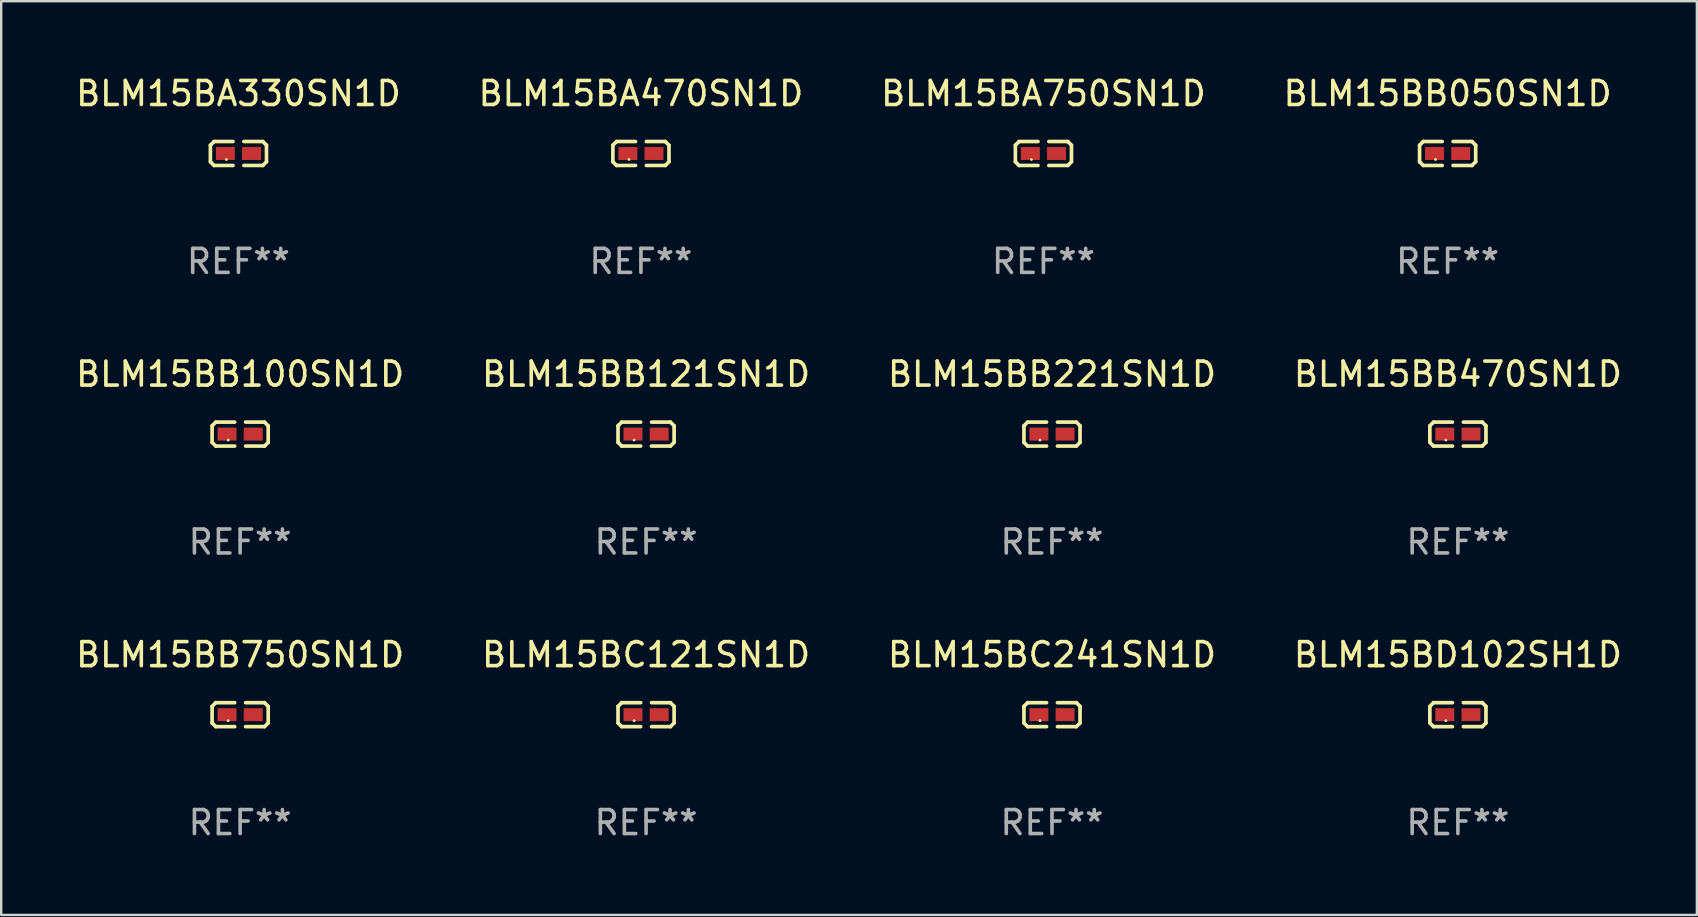
<source format=kicad_pcb>
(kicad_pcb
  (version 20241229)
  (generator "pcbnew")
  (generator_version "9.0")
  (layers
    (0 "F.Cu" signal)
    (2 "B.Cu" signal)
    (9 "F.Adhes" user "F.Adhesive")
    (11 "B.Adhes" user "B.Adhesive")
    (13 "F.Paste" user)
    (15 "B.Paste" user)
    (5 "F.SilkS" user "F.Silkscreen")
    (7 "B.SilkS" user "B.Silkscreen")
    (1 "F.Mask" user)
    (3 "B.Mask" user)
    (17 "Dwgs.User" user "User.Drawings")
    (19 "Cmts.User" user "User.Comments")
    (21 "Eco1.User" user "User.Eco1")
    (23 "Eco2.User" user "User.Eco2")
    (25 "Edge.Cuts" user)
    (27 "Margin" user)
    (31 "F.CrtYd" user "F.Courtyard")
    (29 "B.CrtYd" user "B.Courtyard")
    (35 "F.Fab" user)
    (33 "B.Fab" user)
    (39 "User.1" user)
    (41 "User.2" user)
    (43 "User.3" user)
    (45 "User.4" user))
  (footprint "BLM15BB050SN1D"
    (layer "F.Cu")
    (at 57.28 3.347)
    (property "Reference" "BLM15BB050SN1D" (at 0 -2.499 0) (layer "F.SilkS") (effects (font (size 1 1) (thickness 0.15))))
    (attr through_hole)
    (fp_line (start -1.169 -0.346) (end -1.016 -0.499) (stroke (width 0.152) (type solid)) (layer "F.SilkS"))
    (fp_line (start -1.169 0.346) (end -1.169 -0.346) (stroke (width 0.152) (type solid)) (layer "F.SilkS"))
    (fp_line (start -1.016 -0.499) (end -0.226 -0.499) (stroke (width 0.152) (type solid)) (layer "F.SilkS"))
    (fp_line (start -1.016 0.499) (end -1.169 0.346) (stroke (width 0.152) (type solid)) (layer "F.SilkS"))
    (fp_line (start -0.226 0.499) (end -1.016 0.499) (stroke (width 0.152) (type solid)) (layer "F.SilkS"))
    (fp_line (start 0.226 0.499) (end 1.016 0.499) (stroke (width 0.152) (type solid)) (layer "F.SilkS"))
    (fp_line (start 1.016 -0.499) (end 0.226 -0.499) (stroke (width 0.152) (type solid)) (layer "F.SilkS"))
    (fp_line (start 1.016 0.499) (end 1.169 0.346) (stroke (width 0.152) (type solid)) (layer "F.SilkS"))
    (fp_line (start 1.169 -0.346) (end 1.016 -0.499) (stroke (width 0.152) (type solid)) (layer "F.SilkS"))
    (fp_line (start 1.169 0.346) (end 1.169 -0.346) (stroke (width 0.152) (type solid)) (layer "F.SilkS"))
    (fp_circle (center -0.5 0.25) (end -0.47 0.25) (stroke (width 0.06) (type solid)) (fill no) (layer "F.SilkS"))
    (fp_text user "REF**" (at 0 4.499 0) (layer "F.Fab") (effects (font (size 1 1) (thickness 0.15))))
    (pad "1" smd rect (at -0.545 0) (size 0.79 0.54) (layers "F.Cu" "F.Mask" "F.Paste"))
    (pad "2" smd rect (at 0.545 0) (size 0.79 0.54) (layers "F.Cu" "F.Mask" "F.Paste")))
  (footprint "BLM15BB470SN1D"
    (layer "F.Cu")
    (at 57.708 15.041)
    (property "Reference" "BLM15BB470SN1D" (at 0 -2.499 0) (layer "F.SilkS") (effects (font (size 1 1) (thickness 0.15))))
    (attr through_hole)
    (fp_line (start -1.169 -0.346) (end -1.016 -0.499) (stroke (width 0.152) (type solid)) (layer "F.SilkS"))
    (fp_line (start -1.169 0.346) (end -1.169 -0.346) (stroke (width 0.152) (type solid)) (layer "F.SilkS"))
    (fp_line (start -1.016 -0.499) (end -0.226 -0.499) (stroke (width 0.152) (type solid)) (layer "F.SilkS"))
    (fp_line (start -1.016 0.499) (end -1.169 0.346) (stroke (width 0.152) (type solid)) (layer "F.SilkS"))
    (fp_line (start -0.226 0.499) (end -1.016 0.499) (stroke (width 0.152) (type solid)) (layer "F.SilkS"))
    (fp_line (start 0.226 0.499) (end 1.016 0.499) (stroke (width 0.152) (type solid)) (layer "F.SilkS"))
    (fp_line (start 1.016 -0.499) (end 0.226 -0.499) (stroke (width 0.152) (type solid)) (layer "F.SilkS"))
    (fp_line (start 1.016 0.499) (end 1.169 0.346) (stroke (width 0.152) (type solid)) (layer "F.SilkS"))
    (fp_line (start 1.169 -0.346) (end 1.016 -0.499) (stroke (width 0.152) (type solid)) (layer "F.SilkS"))
    (fp_line (start 1.169 0.346) (end 1.169 -0.346) (stroke (width 0.152) (type solid)) (layer "F.SilkS"))
    (fp_circle (center -0.5 0.25) (end -0.47 0.25) (stroke (width 0.06) (type solid)) (fill no) (layer "F.SilkS"))
    (fp_text user "REF**" (at 0 4.499 0) (layer "F.Fab") (effects (font (size 1 1) (thickness 0.15))))
    (pad "1" smd rect (at -0.545 0) (size 0.79 0.54) (layers "F.Cu" "F.Mask" "F.Paste"))
    (pad "2" smd rect (at 0.545 0) (size 0.79 0.54) (layers "F.Cu" "F.Mask" "F.Paste")))
  (footprint "BLM15BA470SN1D"
    (layer "F.Cu")
    (at 23.661 3.347)
    (property "Reference" "BLM15BA470SN1D" (at 0 -2.499 0) (layer "F.SilkS") (effects (font (size 1 1) (thickness 0.15))))
    (attr through_hole)
    (fp_line (start -1.169 -0.346) (end -1.016 -0.499) (stroke (width 0.152) (type solid)) (layer "F.SilkS"))
    (fp_line (start -1.169 0.346) (end -1.169 -0.346) (stroke (width 0.152) (type solid)) (layer "F.SilkS"))
    (fp_line (start -1.016 -0.499) (end -0.226 -0.499) (stroke (width 0.152) (type solid)) (layer "F.SilkS"))
    (fp_line (start -1.016 0.499) (end -1.169 0.346) (stroke (width 0.152) (type solid)) (layer "F.SilkS"))
    (fp_line (start -0.226 0.499) (end -1.016 0.499) (stroke (width 0.152) (type solid)) (layer "F.SilkS"))
    (fp_line (start 0.226 0.499) (end 1.016 0.499) (stroke (width 0.152) (type solid)) (layer "F.SilkS"))
    (fp_line (start 1.016 -0.499) (end 0.226 -0.499) (stroke (width 0.152) (type solid)) (layer "F.SilkS"))
    (fp_line (start 1.016 0.499) (end 1.169 0.346) (stroke (width 0.152) (type solid)) (layer "F.SilkS"))
    (fp_line (start 1.169 -0.346) (end 1.016 -0.499) (stroke (width 0.152) (type solid)) (layer "F.SilkS"))
    (fp_line (start 1.169 0.346) (end 1.169 -0.346) (stroke (width 0.152) (type solid)) (layer "F.SilkS"))
    (fp_circle (center -0.5 0.25) (end -0.47 0.25) (stroke (width 0.06) (type solid)) (fill no) (layer "F.SilkS"))
    (fp_text user "REF**" (at 0 4.499 0) (layer "F.Fab") (effects (font (size 1 1) (thickness 0.15))))
    (pad "1" smd rect (at -0.545 0) (size 0.79 0.54) (layers "F.Cu" "F.Mask" "F.Paste"))
    (pad "2" smd rect (at 0.545 0) (size 0.79 0.54) (layers "F.Cu" "F.Mask" "F.Paste")))
  (footprint "BLM15BD102SH1D"
    (layer "F.Cu")
    (at 57.708 26.734)
    (property "Reference" "BLM15BD102SH1D" (at 0 -2.499 0) (layer "F.SilkS") (effects (font (size 1 1) (thickness 0.15))))
    (attr through_hole)
    (fp_line (start -1.169 -0.346) (end -1.016 -0.499) (stroke (width 0.152) (type solid)) (layer "F.SilkS"))
    (fp_line (start -1.169 0.346) (end -1.169 -0.346) (stroke (width 0.152) (type solid)) (layer "F.SilkS"))
    (fp_line (start -1.016 -0.499) (end -0.226 -0.499) (stroke (width 0.152) (type solid)) (layer "F.SilkS"))
    (fp_line (start -1.016 0.499) (end -1.169 0.346) (stroke (width 0.152) (type solid)) (layer "F.SilkS"))
    (fp_line (start -0.226 0.499) (end -1.016 0.499) (stroke (width 0.152) (type solid)) (layer "F.SilkS"))
    (fp_line (start 0.226 0.499) (end 1.016 0.499) (stroke (width 0.152) (type solid)) (layer "F.SilkS"))
    (fp_line (start 1.016 -0.499) (end 0.226 -0.499) (stroke (width 0.152) (type solid)) (layer "F.SilkS"))
    (fp_line (start 1.016 0.499) (end 1.169 0.346) (stroke (width 0.152) (type solid)) (layer "F.SilkS"))
    (fp_line (start 1.169 -0.346) (end 1.016 -0.499) (stroke (width 0.152) (type solid)) (layer "F.SilkS"))
    (fp_line (start 1.169 0.346) (end 1.169 -0.346) (stroke (width 0.152) (type solid)) (layer "F.SilkS"))
    (fp_circle (center -0.5 0.25) (end -0.47 0.25) (stroke (width 0.06) (type solid)) (fill no) (layer "F.SilkS"))
    (fp_text user "REF**" (at 0 4.499 0) (layer "F.Fab") (effects (font (size 1 1) (thickness 0.15))))
    (pad "1" smd rect (at -0.545 0) (size 0.79 0.54) (layers "F.Cu" "F.Mask" "F.Paste"))
    (pad "2" smd rect (at 0.545 0) (size 0.79 0.54) (layers "F.Cu" "F.Mask" "F.Paste")))
  (footprint "BLM15BA750SN1D"
    (layer "F.Cu")
    (at 40.435 3.347)
    (property "Reference" "BLM15BA750SN1D" (at 0 -2.499 0) (layer "F.SilkS") (effects (font (size 1 1) (thickness 0.15))))
    (attr through_hole)
    (fp_line (start -1.169 -0.346) (end -1.016 -0.499) (stroke (width 0.152) (type solid)) (layer "F.SilkS"))
    (fp_line (start -1.169 0.346) (end -1.169 -0.346) (stroke (width 0.152) (type solid)) (layer "F.SilkS"))
    (fp_line (start -1.016 -0.499) (end -0.226 -0.499) (stroke (width 0.152) (type solid)) (layer "F.SilkS"))
    (fp_line (start -1.016 0.499) (end -1.169 0.346) (stroke (width 0.152) (type solid)) (layer "F.SilkS"))
    (fp_line (start -0.226 0.499) (end -1.016 0.499) (stroke (width 0.152) (type solid)) (layer "F.SilkS"))
    (fp_line (start 0.226 0.499) (end 1.016 0.499) (stroke (width 0.152) (type solid)) (layer "F.SilkS"))
    (fp_line (start 1.016 -0.499) (end 0.226 -0.499) (stroke (width 0.152) (type solid)) (layer "F.SilkS"))
    (fp_line (start 1.016 0.499) (end 1.169 0.346) (stroke (width 0.152) (type solid)) (layer "F.SilkS"))
    (fp_line (start 1.169 -0.346) (end 1.016 -0.499) (stroke (width 0.152) (type solid)) (layer "F.SilkS"))
    (fp_line (start 1.169 0.346) (end 1.169 -0.346) (stroke (width 0.152) (type solid)) (layer "F.SilkS"))
    (fp_circle (center -0.5 0.25) (end -0.47 0.25) (stroke (width 0.06) (type solid)) (fill no) (layer "F.SilkS"))
    (fp_text user "REF**" (at 0 4.499 0) (layer "F.Fab") (effects (font (size 1 1) (thickness 0.15))))
    (pad "1" smd rect (at -0.545 0) (size 0.79 0.54) (layers "F.Cu" "F.Mask" "F.Paste"))
    (pad "2" smd rect (at 0.545 0) (size 0.79 0.54) (layers "F.Cu" "F.Mask" "F.Paste")))
  (footprint "BLM15BB100SN1D"
    (layer "F.Cu")
    (at 6.958 15.041)
    (property "Reference" "BLM15BB100SN1D" (at 0 -2.499 0) (layer "F.SilkS") (effects (font (size 1 1) (thickness 0.15))))
    (attr through_hole)
    (fp_line (start -1.169 -0.346) (end -1.016 -0.499) (stroke (width 0.152) (type solid)) (layer "F.SilkS"))
    (fp_line (start -1.169 0.346) (end -1.169 -0.346) (stroke (width 0.152) (type solid)) (layer "F.SilkS"))
    (fp_line (start -1.016 -0.499) (end -0.226 -0.499) (stroke (width 0.152) (type solid)) (layer "F.SilkS"))
    (fp_line (start -1.016 0.499) (end -1.169 0.346) (stroke (width 0.152) (type solid)) (layer "F.SilkS"))
    (fp_line (start -0.226 0.499) (end -1.016 0.499) (stroke (width 0.152) (type solid)) (layer "F.SilkS"))
    (fp_line (start 0.226 0.499) (end 1.016 0.499) (stroke (width 0.152) (type solid)) (layer "F.SilkS"))
    (fp_line (start 1.016 -0.499) (end 0.226 -0.499) (stroke (width 0.152) (type solid)) (layer "F.SilkS"))
    (fp_line (start 1.016 0.499) (end 1.169 0.346) (stroke (width 0.152) (type solid)) (layer "F.SilkS"))
    (fp_line (start 1.169 -0.346) (end 1.016 -0.499) (stroke (width 0.152) (type solid)) (layer "F.SilkS"))
    (fp_line (start 1.169 0.346) (end 1.169 -0.346) (stroke (width 0.152) (type solid)) (layer "F.SilkS"))
    (fp_circle (center -0.5 0.25) (end -0.47 0.25) (stroke (width 0.06) (type solid)) (fill no) (layer "F.SilkS"))
    (fp_text user "REF**" (at 0 4.499 0) (layer "F.Fab") (effects (font (size 1 1) (thickness 0.15))))
    (pad "1" smd rect (at -0.545 0) (size 0.79 0.54) (layers "F.Cu" "F.Mask" "F.Paste"))
    (pad "2" smd rect (at 0.545 0) (size 0.79 0.54) (layers "F.Cu" "F.Mask" "F.Paste")))
  (footprint "BLM15BA330SN1D"
    (layer "F.Cu")
    (at 6.887 3.347)
    (property "Reference" "BLM15BA330SN1D" (at 0 -2.499 0) (layer "F.SilkS") (effects (font (size 1 1) (thickness 0.15))))
    (attr through_hole)
    (fp_line (start -1.169 -0.346) (end -1.016 -0.499) (stroke (width 0.152) (type solid)) (layer "F.SilkS"))
    (fp_line (start -1.169 0.346) (end -1.169 -0.346) (stroke (width 0.152) (type solid)) (layer "F.SilkS"))
    (fp_line (start -1.016 -0.499) (end -0.226 -0.499) (stroke (width 0.152) (type solid)) (layer "F.SilkS"))
    (fp_line (start -1.016 0.499) (end -1.169 0.346) (stroke (width 0.152) (type solid)) (layer "F.SilkS"))
    (fp_line (start -0.226 0.499) (end -1.016 0.499) (stroke (width 0.152) (type solid)) (layer "F.SilkS"))
    (fp_line (start 0.226 0.499) (end 1.016 0.499) (stroke (width 0.152) (type solid)) (layer "F.SilkS"))
    (fp_line (start 1.016 -0.499) (end 0.226 -0.499) (stroke (width 0.152) (type solid)) (layer "F.SilkS"))
    (fp_line (start 1.016 0.499) (end 1.169 0.346) (stroke (width 0.152) (type solid)) (layer "F.SilkS"))
    (fp_line (start 1.169 -0.346) (end 1.016 -0.499) (stroke (width 0.152) (type solid)) (layer "F.SilkS"))
    (fp_line (start 1.169 0.346) (end 1.169 -0.346) (stroke (width 0.152) (type solid)) (layer "F.SilkS"))
    (fp_circle (center -0.5 0.25) (end -0.47 0.25) (stroke (width 0.06) (type solid)) (fill no) (layer "F.SilkS"))
    (fp_text user "REF**" (at 0 4.499 0) (layer "F.Fab") (effects (font (size 1 1) (thickness 0.15))))
    (pad "1" smd rect (at -0.545 0) (size 0.79 0.54) (layers "F.Cu" "F.Mask" "F.Paste"))
    (pad "2" smd rect (at 0.545 0) (size 0.79 0.54) (layers "F.Cu" "F.Mask" "F.Paste")))
  (footprint "BLM15BB750SN1D"
    (layer "F.Cu")
    (at 6.958 26.734)
    (property "Reference" "BLM15BB750SN1D" (at 0 -2.499 0) (layer "F.SilkS") (effects (font (size 1 1) (thickness 0.15))))
    (attr through_hole)
    (fp_line (start -1.169 -0.346) (end -1.016 -0.499) (stroke (width 0.152) (type solid)) (layer "F.SilkS"))
    (fp_line (start -1.169 0.346) (end -1.169 -0.346) (stroke (width 0.152) (type solid)) (layer "F.SilkS"))
    (fp_line (start -1.016 -0.499) (end -0.226 -0.499) (stroke (width 0.152) (type solid)) (layer "F.SilkS"))
    (fp_line (start -1.016 0.499) (end -1.169 0.346) (stroke (width 0.152) (type solid)) (layer "F.SilkS"))
    (fp_line (start -0.226 0.499) (end -1.016 0.499) (stroke (width 0.152) (type solid)) (layer "F.SilkS"))
    (fp_line (start 0.226 0.499) (end 1.016 0.499) (stroke (width 0.152) (type solid)) (layer "F.SilkS"))
    (fp_line (start 1.016 -0.499) (end 0.226 -0.499) (stroke (width 0.152) (type solid)) (layer "F.SilkS"))
    (fp_line (start 1.016 0.499) (end 1.169 0.346) (stroke (width 0.152) (type solid)) (layer "F.SilkS"))
    (fp_line (start 1.169 -0.346) (end 1.016 -0.499) (stroke (width 0.152) (type solid)) (layer "F.SilkS"))
    (fp_line (start 1.169 0.346) (end 1.169 -0.346) (stroke (width 0.152) (type solid)) (layer "F.SilkS"))
    (fp_circle (center -0.5 0.25) (end -0.47 0.25) (stroke (width 0.06) (type solid)) (fill no) (layer "F.SilkS"))
    (fp_text user "REF**" (at 0 4.499 0) (layer "F.Fab") (effects (font (size 1 1) (thickness 0.15))))
    (pad "1" smd rect (at -0.545 0) (size 0.79 0.54) (layers "F.Cu" "F.Mask" "F.Paste"))
    (pad "2" smd rect (at 0.545 0) (size 0.79 0.54) (layers "F.Cu" "F.Mask" "F.Paste")))
  (footprint "BLM15BC241SN1D"
    (layer "F.Cu")
    (at 40.792 26.734)
    (property "Reference" "BLM15BC241SN1D" (at 0 -2.499 0) (layer "F.SilkS") (effects (font (size 1 1) (thickness 0.15))))
    (attr through_hole)
    (fp_line (start -1.169 -0.346) (end -1.016 -0.499) (stroke (width 0.152) (type solid)) (layer "F.SilkS"))
    (fp_line (start -1.169 0.346) (end -1.169 -0.346) (stroke (width 0.152) (type solid)) (layer "F.SilkS"))
    (fp_line (start -1.016 -0.499) (end -0.226 -0.499) (stroke (width 0.152) (type solid)) (layer "F.SilkS"))
    (fp_line (start -1.016 0.499) (end -1.169 0.346) (stroke (width 0.152) (type solid)) (layer "F.SilkS"))
    (fp_line (start -0.226 0.499) (end -1.016 0.499) (stroke (width 0.152) (type solid)) (layer "F.SilkS"))
    (fp_line (start 0.226 0.499) (end 1.016 0.499) (stroke (width 0.152) (type solid)) (layer "F.SilkS"))
    (fp_line (start 1.016 -0.499) (end 0.226 -0.499) (stroke (width 0.152) (type solid)) (layer "F.SilkS"))
    (fp_line (start 1.016 0.499) (end 1.169 0.346) (stroke (width 0.152) (type solid)) (layer "F.SilkS"))
    (fp_line (start 1.169 -0.346) (end 1.016 -0.499) (stroke (width 0.152) (type solid)) (layer "F.SilkS"))
    (fp_line (start 1.169 0.346) (end 1.169 -0.346) (stroke (width 0.152) (type solid)) (layer "F.SilkS"))
    (fp_circle (center -0.5 0.25) (end -0.47 0.25) (stroke (width 0.06) (type solid)) (fill no) (layer "F.SilkS"))
    (fp_text user "REF**" (at 0 4.499 0) (layer "F.Fab") (effects (font (size 1 1) (thickness 0.15))))
    (pad "1" smd rect (at -0.545 0) (size 0.79 0.54) (layers "F.Cu" "F.Mask" "F.Paste"))
    (pad "2" smd rect (at 0.545 0) (size 0.79 0.54) (layers "F.Cu" "F.Mask" "F.Paste")))
  (footprint "BLM15BB121SN1D"
    (layer "F.Cu")
    (at 23.875 15.041)
    (property "Reference" "BLM15BB121SN1D" (at 0 -2.499 0) (layer "F.SilkS") (effects (font (size 1 1) (thickness 0.15))))
    (attr through_hole)
    (fp_line (start -1.169 -0.346) (end -1.016 -0.499) (stroke (width 0.152) (type solid)) (layer "F.SilkS"))
    (fp_line (start -1.169 0.346) (end -1.169 -0.346) (stroke (width 0.152) (type solid)) (layer "F.SilkS"))
    (fp_line (start -1.016 -0.499) (end -0.226 -0.499) (stroke (width 0.152) (type solid)) (layer "F.SilkS"))
    (fp_line (start -1.016 0.499) (end -1.169 0.346) (stroke (width 0.152) (type solid)) (layer "F.SilkS"))
    (fp_line (start -0.226 0.499) (end -1.016 0.499) (stroke (width 0.152) (type solid)) (layer "F.SilkS"))
    (fp_line (start 0.226 0.499) (end 1.016 0.499) (stroke (width 0.152) (type solid)) (layer "F.SilkS"))
    (fp_line (start 1.016 -0.499) (end 0.226 -0.499) (stroke (width 0.152) (type solid)) (layer "F.SilkS"))
    (fp_line (start 1.016 0.499) (end 1.169 0.346) (stroke (width 0.152) (type solid)) (layer "F.SilkS"))
    (fp_line (start 1.169 -0.346) (end 1.016 -0.499) (stroke (width 0.152) (type solid)) (layer "F.SilkS"))
    (fp_line (start 1.169 0.346) (end 1.169 -0.346) (stroke (width 0.152) (type solid)) (layer "F.SilkS"))
    (fp_circle (center -0.5 0.25) (end -0.47 0.25) (stroke (width 0.06) (type solid)) (fill no) (layer "F.SilkS"))
    (fp_text user "REF**" (at 0 4.499 0) (layer "F.Fab") (effects (font (size 1 1) (thickness 0.15))))
    (pad "1" smd rect (at -0.545 0) (size 0.79 0.54) (layers "F.Cu" "F.Mask" "F.Paste"))
    (pad "2" smd rect (at 0.545 0) (size 0.79 0.54) (layers "F.Cu" "F.Mask" "F.Paste")))
  (footprint "BLM15BC121SN1D"
    (layer "F.Cu")
    (at 23.875 26.734)
    (property "Reference" "BLM15BC121SN1D" (at 0 -2.499 0) (layer "F.SilkS") (effects (font (size 1 1) (thickness 0.15))))
    (attr through_hole)
    (fp_line (start -1.169 -0.346) (end -1.016 -0.499) (stroke (width 0.152) (type solid)) (layer "F.SilkS"))
    (fp_line (start -1.169 0.346) (end -1.169 -0.346) (stroke (width 0.152) (type solid)) (layer "F.SilkS"))
    (fp_line (start -1.016 -0.499) (end -0.226 -0.499) (stroke (width 0.152) (type solid)) (layer "F.SilkS"))
    (fp_line (start -1.016 0.499) (end -1.169 0.346) (stroke (width 0.152) (type solid)) (layer "F.SilkS"))
    (fp_line (start -0.226 0.499) (end -1.016 0.499) (stroke (width 0.152) (type solid)) (layer "F.SilkS"))
    (fp_line (start 0.226 0.499) (end 1.016 0.499) (stroke (width 0.152) (type solid)) (layer "F.SilkS"))
    (fp_line (start 1.016 -0.499) (end 0.226 -0.499) (stroke (width 0.152) (type solid)) (layer "F.SilkS"))
    (fp_line (start 1.016 0.499) (end 1.169 0.346) (stroke (width 0.152) (type solid)) (layer "F.SilkS"))
    (fp_line (start 1.169 -0.346) (end 1.016 -0.499) (stroke (width 0.152) (type solid)) (layer "F.SilkS"))
    (fp_line (start 1.169 0.346) (end 1.169 -0.346) (stroke (width 0.152) (type solid)) (layer "F.SilkS"))
    (fp_circle (center -0.5 0.25) (end -0.47 0.25) (stroke (width 0.06) (type solid)) (fill no) (layer "F.SilkS"))
    (fp_text user "REF**" (at 0 4.499 0) (layer "F.Fab") (effects (font (size 1 1) (thickness 0.15))))
    (pad "1" smd rect (at -0.545 0) (size 0.79 0.54) (layers "F.Cu" "F.Mask" "F.Paste"))
    (pad "2" smd rect (at 0.545 0) (size 0.79 0.54) (layers "F.Cu" "F.Mask" "F.Paste")))
  (footprint "BLM15BB221SN1D"
    (layer "F.Cu")
    (at 40.792 15.041)
    (property "Reference" "BLM15BB221SN1D" (at 0 -2.499 0) (layer "F.SilkS") (effects (font (size 1 1) (thickness 0.15))))
    (attr through_hole)
    (fp_line (start -1.169 -0.346) (end -1.016 -0.499) (stroke (width 0.152) (type solid)) (layer "F.SilkS"))
    (fp_line (start -1.169 0.346) (end -1.169 -0.346) (stroke (width 0.152) (type solid)) (layer "F.SilkS"))
    (fp_line (start -1.016 -0.499) (end -0.226 -0.499) (stroke (width 0.152) (type solid)) (layer "F.SilkS"))
    (fp_line (start -1.016 0.499) (end -1.169 0.346) (stroke (width 0.152) (type solid)) (layer "F.SilkS"))
    (fp_line (start -0.226 0.499) (end -1.016 0.499) (stroke (width 0.152) (type solid)) (layer "F.SilkS"))
    (fp_line (start 0.226 0.499) (end 1.016 0.499) (stroke (width 0.152) (type solid)) (layer "F.SilkS"))
    (fp_line (start 1.016 -0.499) (end 0.226 -0.499) (stroke (width 0.152) (type solid)) (layer "F.SilkS"))
    (fp_line (start 1.016 0.499) (end 1.169 0.346) (stroke (width 0.152) (type solid)) (layer "F.SilkS"))
    (fp_line (start 1.169 -0.346) (end 1.016 -0.499) (stroke (width 0.152) (type solid)) (layer "F.SilkS"))
    (fp_line (start 1.169 0.346) (end 1.169 -0.346) (stroke (width 0.152) (type solid)) (layer "F.SilkS"))
    (fp_circle (center -0.5 0.25) (end -0.47 0.25) (stroke (width 0.06) (type solid)) (fill no) (layer "F.SilkS"))
    (fp_text user "REF**" (at 0 4.499 0) (layer "F.Fab") (effects (font (size 1 1) (thickness 0.15))))
    (pad "1" smd rect (at -0.545 0) (size 0.79 0.54) (layers "F.Cu" "F.Mask" "F.Paste"))
    (pad "2" smd rect (at 0.545 0) (size 0.79 0.54) (layers "F.Cu" "F.Mask" "F.Paste")))
  (gr_rect
    (start -3 -3)
    (end 67.667 35.081)
    (stroke (width 0.1) (type default))
    (fill no)
    (layer "Edge.Cuts")))
</source>
